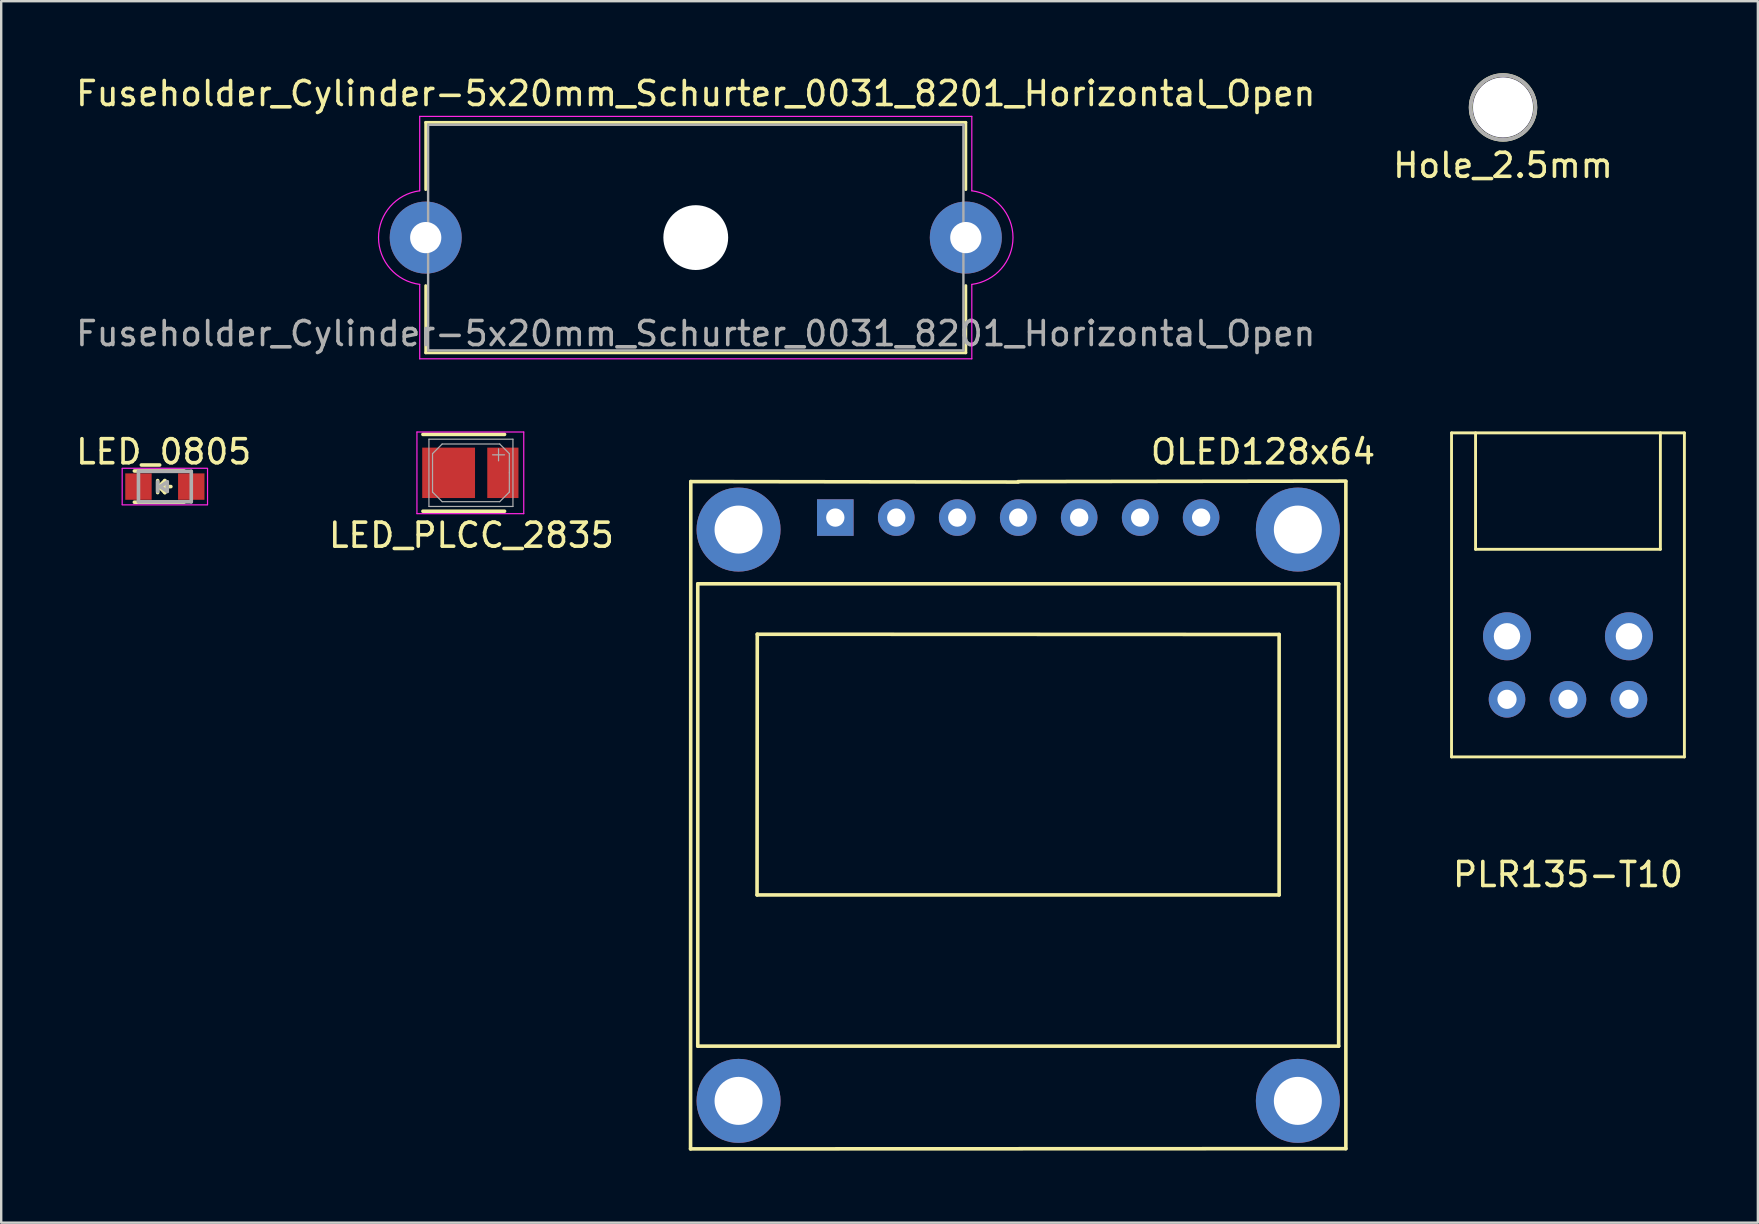
<source format=kicad_pcb>
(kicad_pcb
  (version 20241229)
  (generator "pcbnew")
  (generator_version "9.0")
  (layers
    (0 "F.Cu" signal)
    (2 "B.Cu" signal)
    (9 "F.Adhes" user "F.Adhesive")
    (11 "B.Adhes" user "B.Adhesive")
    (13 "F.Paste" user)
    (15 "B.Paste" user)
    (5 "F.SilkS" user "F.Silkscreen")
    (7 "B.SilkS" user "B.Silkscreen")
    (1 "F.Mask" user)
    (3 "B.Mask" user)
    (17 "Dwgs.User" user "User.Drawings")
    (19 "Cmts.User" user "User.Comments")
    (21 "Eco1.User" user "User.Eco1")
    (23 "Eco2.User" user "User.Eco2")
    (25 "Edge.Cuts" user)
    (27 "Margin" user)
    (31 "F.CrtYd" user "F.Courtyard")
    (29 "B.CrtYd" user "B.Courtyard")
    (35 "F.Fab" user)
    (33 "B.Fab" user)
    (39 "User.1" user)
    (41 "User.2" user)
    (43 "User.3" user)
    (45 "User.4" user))
  (footprint "LED_0805"
    (layer "F.Cu")
    (at 3.818 17.221)
    (property "Reference" "LED_0805" (at -0.05 -1.45 0) (layer "F.SilkS") (effects (font (size 1 1) (thickness 0.15))))
    (attr smd)
    (fp_line (start -1.27 -0.65) (end 0.8 -0.65) (stroke (width 0.15) (type solid)) (layer "F.SilkS"))
    (fp_line (start -1.27 0.65) (end 0.8 0.65) (stroke (width 0.15) (type solid)) (layer "F.SilkS"))
    (fp_line (start -0.3 -0.25) (end -0.3 0.25) (stroke (width 0.15) (type solid)) (layer "F.SilkS"))
    (fp_line (start -0.25 0) (end 0 -0.25) (stroke (width 0.15) (type solid)) (layer "F.SilkS"))
    (fp_line (start -0.2 0) (end 0.25 0) (stroke (width 0.15) (type solid)) (layer "F.SilkS"))
    (fp_line (start 0 -0.25) (end 0 0.25) (stroke (width 0.15) (type solid)) (layer "F.SilkS"))
    (fp_line (start 0 0.25) (end -0.25 0) (stroke (width 0.15) (type solid)) (layer "F.SilkS"))
    (fp_line (start -1.778 -0.762) (end 1.778 -0.762) (stroke (width 0.05) (type solid)) (layer "F.CrtYd"))
    (fp_line (start -1.778 0.75) (end -1.778 -0.75) (stroke (width 0.05) (type solid)) (layer "F.CrtYd"))
    (fp_line (start 1.778 -0.75) (end 1.778 0.75) (stroke (width 0.05) (type solid)) (layer "F.CrtYd"))
    (fp_line (start 1.778 0.762) (end -1.778 0.762) (stroke (width 0.05) (type solid)) (layer "F.CrtYd"))
    (fp_line (start -1.1 -0.635) (end 1.1 -0.635) (stroke (width 0.15) (type solid)) (layer "F.Fab"))
    (fp_line (start -1.1 0.625) (end -1.1 -0.625) (stroke (width 0.15) (type solid)) (layer "F.Fab"))
    (fp_line (start -0.3 -0.2) (end -0.3 0.2) (stroke (width 0.15) (type solid)) (layer "F.Fab"))
    (fp_line (start -0.2 0) (end 0.1 -0.2) (stroke (width 0.15) (type solid)) (layer "F.Fab"))
    (fp_line (start 0.1 -0.2) (end 0.1 0.2) (stroke (width 0.15) (type solid)) (layer "F.Fab"))
    (fp_line (start 0.1 0.2) (end -0.2 0) (stroke (width 0.15) (type solid)) (layer "F.Fab"))
    (fp_line (start 1.1 -0.635) (end 1.1 0.635) (stroke (width 0.15) (type solid)) (layer "F.Fab"))
    (fp_line (start 1.1 0.635) (end -1.1 0.635) (stroke (width 0.15) (type solid)) (layer "F.Fab"))
    (pad "1" smd rect (at -1.1 0 180) (size 1.1 1.1) (layers "F.Cu" "F.Mask" "F.Paste"))
    (pad "2" smd rect (at 1.1 0 180) (size 1.1 1.1) (layers "F.Cu" "F.Mask" "F.Paste")))
  (footprint "Fuseholder_Cylinder-5x20mm_Schurter_0031_8201_Horizontal_Open"
    (layer "F.Cu")
    (at 14.685 6.848)
    (property "Reference" "Fuseholder_Cylinder-5x20mm_Schurter_0031_8201_Horizontal_Open" (at 11.25 -6 0) (layer "F.SilkS") (effects (font (size 1 1) (thickness 0.15))))
    (attr through_hole)
    (fp_line (start 0 -4.8) (end 22.5 -4.8) (stroke (width 0.12) (type solid)) (layer "F.SilkS"))
    (fp_line (start 0 -2) (end 0 -4.8) (stroke (width 0.12) (type solid)) (layer "F.SilkS"))
    (fp_line (start 0 4.8) (end 0 2) (stroke (width 0.12) (type solid)) (layer "F.SilkS"))
    (fp_line (start 0 4.8) (end 22.5 4.8) (stroke (width 0.12) (type solid)) (layer "F.SilkS"))
    (fp_line (start 22.5 -2) (end 22.5 -4.8) (stroke (width 0.12) (type solid)) (layer "F.SilkS"))
    (fp_line (start 22.5 4.8) (end 22.5 2) (stroke (width 0.12) (type solid)) (layer "F.SilkS"))
    (fp_line (start -0.25 -5.05) (end 22.75 -5.05) (stroke (width 0.05) (type solid)) (layer "F.CrtYd"))
    (fp_line (start -0.25 -1.95) (end -0.25 -5.05) (stroke (width 0.05) (type solid)) (layer "F.CrtYd"))
    (fp_line (start -0.25 5.05) (end -0.25 1.95) (stroke (width 0.05) (type solid)) (layer "F.CrtYd"))
    (fp_line (start 22.75 -1.95) (end 22.75 -5.05) (stroke (width 0.05) (type solid)) (layer "F.CrtYd"))
    (fp_line (start 22.75 1.95) (end 22.75 5.05) (stroke (width 0.05) (type solid)) (layer "F.CrtYd"))
    (fp_line (start 22.75 5.05) (end -0.25 5.05) (stroke (width 0.05) (type solid)) (layer "F.CrtYd"))
    (fp_arc (start -0.25 1.95) (mid -1.96596 0.001518) (end -0.253011 -1.949612) (stroke (width 0.05) (type solid)) (layer "F.CrtYd"))
    (fp_arc (start 22.75 -1.95) (mid 24.46596 -0.001518) (end 22.753011 1.949612) (stroke (width 0.05) (type solid)) (layer "F.CrtYd"))
    (fp_line (start 0.1 -4.7) (end 0.1 4.7) (stroke (width 0.1) (type solid)) (layer "F.Fab"))
    (fp_line (start 0.1 4.7) (end 22.4 4.7) (stroke (width 0.1) (type solid)) (layer "F.Fab"))
    (fp_line (start 22.4 -4.7) (end 0.1 -4.7) (stroke (width 0.1) (type solid)) (layer "F.Fab"))
    (fp_line (start 22.4 4.7) (end 22.4 -4.7) (stroke (width 0.1) (type solid)) (layer "F.Fab"))
    (fp_text user "${REFERENCE}" (at 11.25 4 0) (layer "F.Fab") (effects (font (size 1 1) (thickness 0.15))))
    (pad "" np_thru_hole circle (at 11.25 0) (size 2.7 2.7) (drill 2.7) (layers "*.Cu" "*.Mask"))
    (pad "1" thru_hole circle (at 0 0) (size 3 3) (drill 1.3) (layers "*.Cu" "*.Mask"))
    (pad "2" thru_hole circle (at 22.5 0) (size 3 3) (drill 1.3) (layers "*.Cu" "*.Mask")))
  (footprint "LED_PLCC_2835"
    (layer "F.Cu")
    (at 16.569 16.648)
    (property "Reference" "LED_PLCC_2835" (at 0.02 2.6 0) (layer "F.SilkS") (effects (font (size 1 1) (thickness 0.15))))
    (attr smd)
    (fp_line (start 1.4 -1.6) (end -2 -1.6) (stroke (width 0.15) (type solid)) (layer "F.SilkS"))
    (fp_line (start 1.4 1.6) (end -2 1.6) (stroke (width 0.15) (type solid)) (layer "F.SilkS"))
    (fp_line (start -2.25 -1.7) (end 2.2 -1.7) (stroke (width 0.05) (type solid)) (layer "F.CrtYd"))
    (fp_line (start -2.25 1.7) (end -2.25 -1.7) (stroke (width 0.05) (type solid)) (layer "F.CrtYd"))
    (fp_line (start 2.2 -1.7) (end 2.2 1.7) (stroke (width 0.05) (type solid)) (layer "F.CrtYd"))
    (fp_line (start 2.2 1.7) (end -2.25 1.7) (stroke (width 0.05) (type solid)) (layer "F.CrtYd"))
    (fp_line (start -1.75 -1.4) (end 1.75 -1.4) (stroke (width 0.05) (type solid)) (layer "F.Fab"))
    (fp_line (start -1.75 1.4) (end -1.75 -1.4) (stroke (width 0.05) (type solid)) (layer "F.Fab"))
    (fp_line (start -1.6 -0.8) (end -1.2 -1.2) (stroke (width 0.05) (type solid)) (layer "F.Fab"))
    (fp_line (start -1.6 0.8) (end -1.6 -0.8) (stroke (width 0.05) (type solid)) (layer "F.Fab"))
    (fp_line (start -1.2 -1.2) (end 1.2 -1.2) (stroke (width 0.05) (type solid)) (layer "F.Fab"))
    (fp_line (start -1.2 1.2) (end -1.6 0.8) (stroke (width 0.05) (type solid)) (layer "F.Fab"))
    (fp_line (start 1.15 -0.5) (end 1.15 -1) (stroke (width 0.05) (type solid)) (layer "F.Fab"))
    (fp_line (start 1.2 -1.2) (end 1.6 -0.8) (stroke (width 0.05) (type solid)) (layer "F.Fab"))
    (fp_line (start 1.2 1.2) (end -1.2 1.2) (stroke (width 0.05) (type solid)) (layer "F.Fab"))
    (fp_line (start 1.4 -0.75) (end 0.9 -0.75) (stroke (width 0.05) (type solid)) (layer "F.Fab"))
    (fp_line (start 1.6 -0.8) (end 1.6 -0.000094) (stroke (width 0.05) (type solid)) (layer "F.Fab"))
    (fp_line (start 1.6 -0.000094) (end 1.6 0.8) (stroke (width 0.05) (type solid)) (layer "F.Fab"))
    (fp_line (start 1.6 0.8) (end 1.2 1.2) (stroke (width 0.05) (type solid)) (layer "F.Fab"))
    (fp_line (start 1.75 -1.4) (end 1.75 1.4) (stroke (width 0.05) (type solid)) (layer "F.Fab"))
    (fp_line (start 1.75 1.4) (end -1.75 1.4) (stroke (width 0.05) (type solid)) (layer "F.Fab"))
    (pad "1" smd rect (at -0.93 -0.000094 180) (size 2.2 2.1) (layers "F.Cu" "F.Mask" "F.Paste"))
    (pad "2" smd rect (at 1.33 -0.000094 180) (size 1.3 2.1) (layers "F.Cu" "F.Mask" "F.Paste")))
  (footprint "PLR135-T10"
    (layer "F.Cu")
    (at 62.271 26.083)
    (property "Reference" "PLR135-T10" (at 0 7.3 0) (layer "F.SilkS") (effects (font (size 1 1) (thickness 0.15))))
    (attr through_hole)
    (fp_line (start -4.851 2.4) (end -4.851 -11.1) (stroke (width 0.12) (type solid)) (layer "F.SilkS"))
    (fp_line (start -3.85 -11.1) (end -3.85 -6.25) (stroke (width 0.12) (type solid)) (layer "F.SilkS"))
    (fp_line (start -3.85 -6.25) (end 3.85 -6.25) (stroke (width 0.12) (type solid)) (layer "F.SilkS"))
    (fp_line (start 3.85 -6.25) (end 3.85 -11.1) (stroke (width 0.12) (type solid)) (layer "F.SilkS"))
    (fp_line (start 4.85 -11.1) (end -4.85 -11.1) (stroke (width 0.12) (type solid)) (layer "F.SilkS"))
    (fp_line (start 4.85 2.4) (end -4.85 2.4) (stroke (width 0.12) (type solid)) (layer "F.SilkS"))
    (fp_line (start 4.85 2.4) (end 4.85 -11.1) (stroke (width 0.12) (type solid)) (layer "F.SilkS"))
    (pad "1" thru_hole circle (at 2.54 0) (size 1.524 1.524) (drill 0.8) (layers "*.Cu" "*.Mask"))
    (pad "2" thru_hole circle (at 0 0) (size 1.524 1.524) (drill 0.8) (layers "*.Cu" "*.Mask"))
    (pad "3" thru_hole circle (at -2.54 0) (size 1.524 1.524) (drill 0.8) (layers "*.Cu" "*.Mask"))
    (pad "4" thru_hole circle (at 2.54 -2.625) (size 2 2) (drill 1.1) (layers "*.Cu" "*.Mask"))
    (pad "5" thru_hole circle (at -2.54 -2.625) (size 2 2) (drill 1.1) (layers "*.Cu" "*.Mask")))
  (footprint "Hole_2.5mm"
    (layer "F.Cu")
    (at 59.565 1.425)
    (property "Reference" "Hole_2.5mm" (at 0 2.413 0) (layer "F.SilkS") (effects (font (size 1 1) (thickness 0.15))))
    (attr exclude_from_pos_files exclude_from_bom)
    (fp_circle (center 0 0) (end 1.35 0) (stroke (width 0.15) (type solid)) (fill no) (layer "F.SilkS"))
    (fp_circle (center 0 0) (end 1.35 0) (stroke (width 0.15) (type solid)) (fill no) (layer "F.Fab"))
    (pad "1" thru_hole circle (at 0 0) (size 2.5 2.5) (drill 2.5) (layers "*.Cu" "*.Mask")))
  (footprint "OLED128x64"
    (layer "F.Cu")
    (at 39.368 18.512)
    (property "Reference" "OLED128x64" (at 10.2 -2.74 0) (layer "F.SilkS") (effects (font (size 1 1) (thickness 0.15))))
    (attr through_hole)
    (fp_line (start -13.65 26.3) (end -13.64 -1.5) (stroke (width 0.15) (type solid)) (layer "F.SilkS"))
    (fp_line (start -13.64 -1.5) (end 0 -1.48) (stroke (width 0.15) (type solid)) (layer "F.SilkS"))
    (fp_line (start -13.35 2.76) (end 13.35 2.76) (stroke (width 0.15) (type solid)) (layer "F.SilkS"))
    (fp_line (start -13.35 22.02) (end -13.35 2.76) (stroke (width 0.15) (type solid)) (layer "F.SilkS"))
    (fp_line (start -10.88 15.72) (end -10.87 4.86) (stroke (width 0.15) (type solid)) (layer "F.SilkS"))
    (fp_line (start -10.87 4.86) (end 10.87 4.87) (stroke (width 0.15) (type solid)) (layer "F.SilkS"))
    (fp_line (start 0 -1.5) (end 13.65 -1.52) (stroke (width 0.15) (type solid)) (layer "F.SilkS"))
    (fp_line (start 10.87 4.87) (end 10.87 15.72) (stroke (width 0.15) (type solid)) (layer "F.SilkS"))
    (fp_line (start 10.87 15.72) (end -10.88 15.72) (stroke (width 0.15) (type solid)) (layer "F.SilkS"))
    (fp_line (start 13.35 2.76) (end 13.35 22.02) (stroke (width 0.15) (type solid)) (layer "F.SilkS"))
    (fp_line (start 13.35 22.02) (end -13.35 22.02) (stroke (width 0.15) (type solid)) (layer "F.SilkS"))
    (fp_line (start 13.65 -1.5) (end 13.65 26.29) (stroke (width 0.15) (type solid)) (layer "F.SilkS"))
    (fp_line (start 13.65 26.29) (end -13.65 26.3) (stroke (width 0.15) (type solid)) (layer "F.SilkS"))
    (pad "1" thru_hole rect (at -7.62 0) (size 1.524 1.524) (drill 0.762) (layers "*.Cu" "*.Mask"))
    (pad "2" thru_hole circle (at -5.08 0) (size 1.524 1.524) (drill 0.762) (layers "*.Cu" "*.Mask"))
    (pad "3" thru_hole circle (at -2.54 0) (size 1.524 1.524) (drill 0.762) (layers "*.Cu" "*.Mask"))
    (pad "4" thru_hole circle (at 0 0) (size 1.524 1.524) (drill 0.762) (layers "*.Cu" "*.Mask"))
    (pad "5" thru_hole circle (at 2.54 0) (size 1.524 1.524) (drill 0.762) (layers "*.Cu" "*.Mask"))
    (pad "6" thru_hole circle (at 5.08 0) (size 1.524 1.524) (drill 0.762) (layers "*.Cu" "*.Mask"))
    (pad "7" thru_hole circle (at 7.62 0) (size 1.524 1.524) (drill 0.762) (layers "*.Cu" "*.Mask"))
    (pad "8" thru_hole circle (at -11.65 0.5) (size 3.5 3.5) (drill 2) (layers "*.Cu" "*.Mask"))
    (pad "8" thru_hole circle (at -11.65 24.3) (size 3.5 3.5) (drill 2) (layers "*.Cu" "*.Mask"))
    (pad "8" thru_hole circle (at 11.65 0.5) (size 3.5 3.5) (drill 2) (layers "*.Cu" "*.Mask"))
    (pad "8" thru_hole circle (at 11.65 24.3) (size 3.5 3.5) (drill 2) (layers "*.Cu" "*.Mask")))
  (gr_rect
    (start -3 -3)
    (end 70.182 47.886)
    (stroke (width 0.1) (type default))
    (fill no)
    (layer "Edge.Cuts")))
</source>
